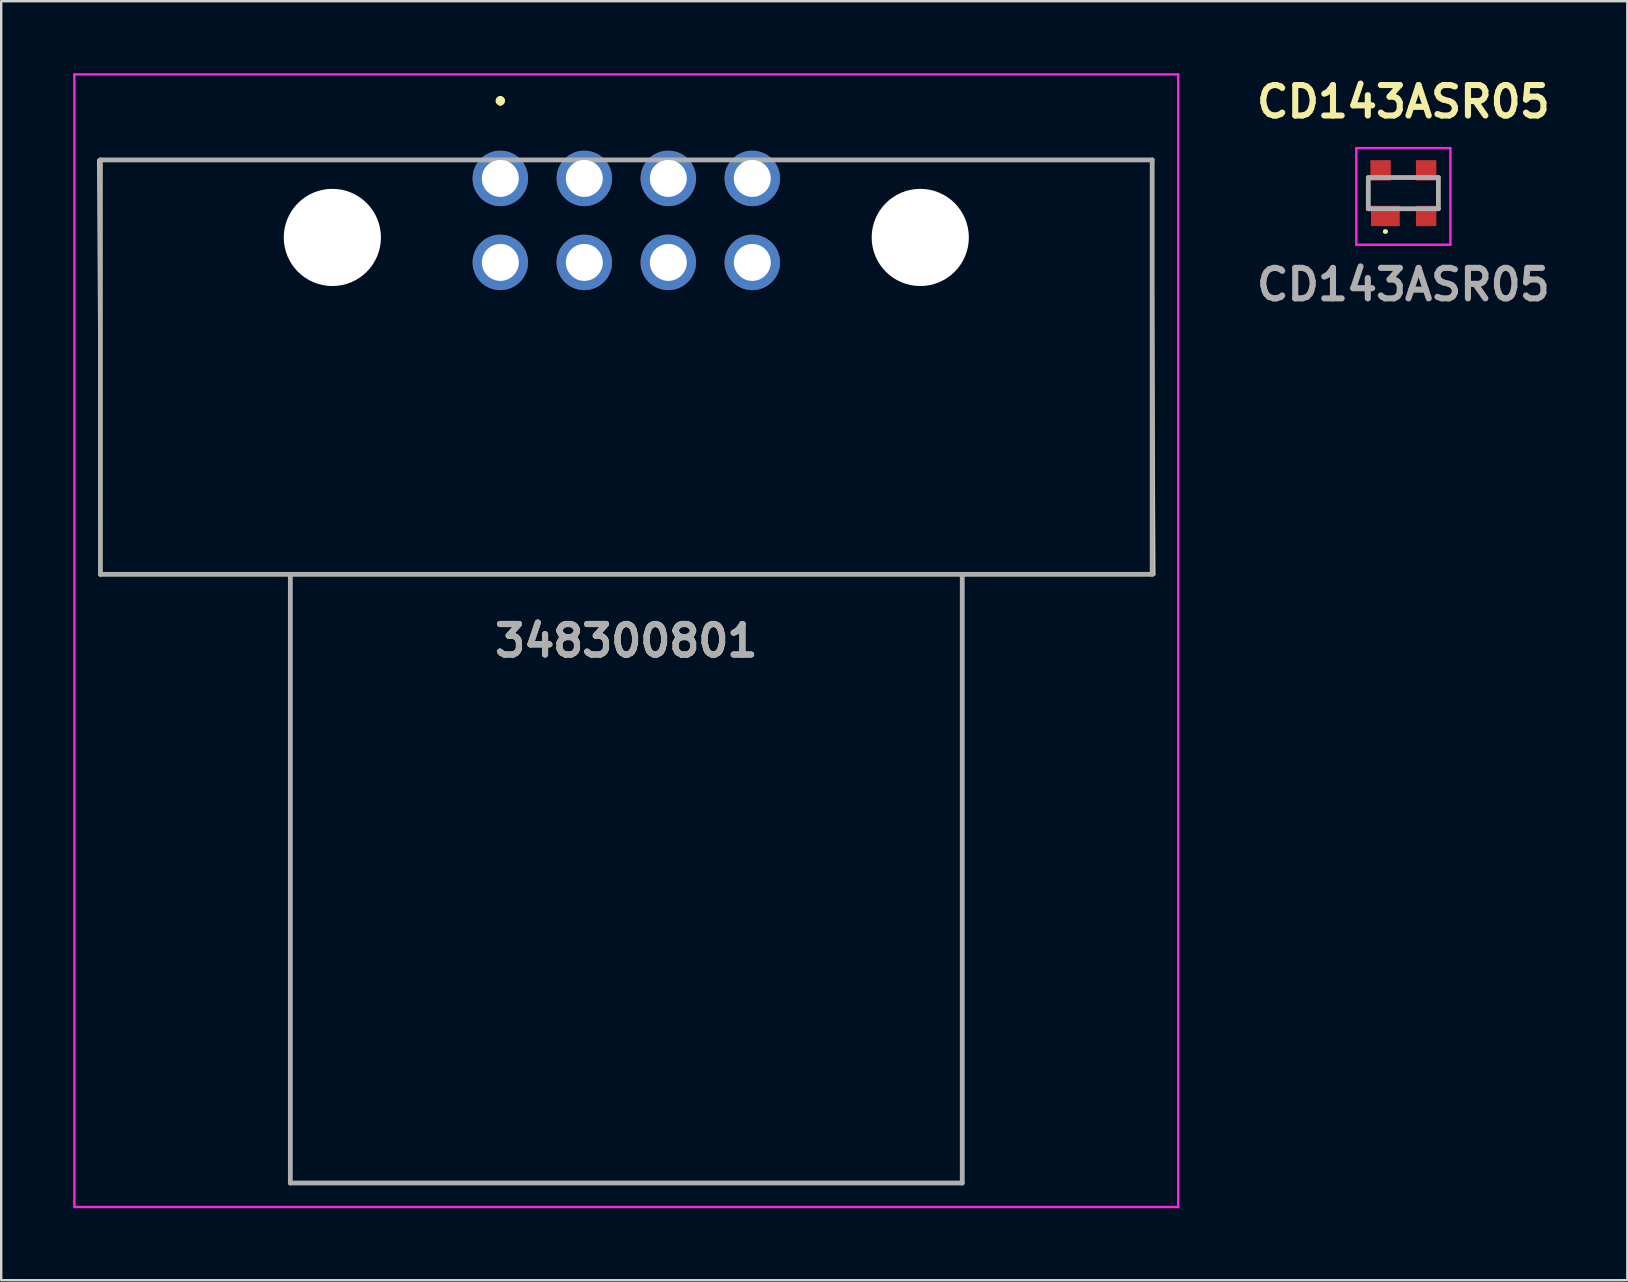
<source format=kicad_pcb>
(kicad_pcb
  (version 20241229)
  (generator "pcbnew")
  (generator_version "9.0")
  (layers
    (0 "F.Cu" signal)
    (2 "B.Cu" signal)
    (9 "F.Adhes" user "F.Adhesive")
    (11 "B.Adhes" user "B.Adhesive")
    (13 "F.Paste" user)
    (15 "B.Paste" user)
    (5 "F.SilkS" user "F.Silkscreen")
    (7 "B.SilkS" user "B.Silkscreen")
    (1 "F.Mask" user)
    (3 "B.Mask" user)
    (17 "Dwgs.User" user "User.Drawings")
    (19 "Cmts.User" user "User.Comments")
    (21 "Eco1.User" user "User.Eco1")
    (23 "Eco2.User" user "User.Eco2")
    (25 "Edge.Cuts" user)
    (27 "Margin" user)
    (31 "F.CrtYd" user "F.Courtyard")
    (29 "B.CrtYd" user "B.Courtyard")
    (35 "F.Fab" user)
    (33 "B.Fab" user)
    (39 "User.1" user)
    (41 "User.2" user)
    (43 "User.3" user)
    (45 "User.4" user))
  (footprint "348300801"
    (layer "F.Cu")
    (at 17.8 4.385)
    (property "Reference" "348300801" (at 5.25 19.265 0) (layer "F.SilkS") (effects (font (size 1.27 1.27) (thickness 0.254))))
    (attr through_hole)
    (fp_line (start -16.75 -0.77) (end -16.665 16.5) (stroke (width 0.1) (type solid)) (layer "F.SilkS"))
    (fp_line (start -16.665 16.5) (end 27.25 16.5) (stroke (width 0.1) (type solid)) (layer "F.SilkS"))
    (fp_line (start -8.75 16.5) (end -8.75 41.865) (stroke (width 0.1) (type solid)) (layer "F.SilkS"))
    (fp_line (start -8.75 41.865) (end 19.25 41.865) (stroke (width 0.1) (type solid)) (layer "F.SilkS"))
    (fp_line (start 0 -3.335) (end 0 -3.335) (stroke (width 0.2) (type solid)) (layer "F.SilkS"))
    (fp_line (start 0 -3.135) (end 0 -3.135) (stroke (width 0.2) (type solid)) (layer "F.SilkS"))
    (fp_line (start 19.25 41.865) (end 19.25 16.5) (stroke (width 0.1) (type solid)) (layer "F.SilkS"))
    (fp_line (start 27.25 16.5) (end 27.165 -0.77) (stroke (width 0.1) (type solid)) (layer "F.SilkS"))
    (fp_arc (start 0 -3.335) (mid 0.1 -3.235) (end 0 -3.135) (stroke (width 0.2) (type solid)) (layer "F.SilkS"))
    (fp_arc (start 0 -3.135) (mid -0.1 -3.235) (end 0 -3.335) (stroke (width 0.2) (type solid)) (layer "F.SilkS"))
    (fp_line (start -17.75 -4.335) (end 28.25 -4.335) (stroke (width 0.1) (type solid)) (layer "F.CrtYd"))
    (fp_line (start -17.75 42.865) (end -17.75 -4.335) (stroke (width 0.1) (type solid)) (layer "F.CrtYd"))
    (fp_line (start 28.25 -4.335) (end 28.25 42.865) (stroke (width 0.1) (type solid)) (layer "F.CrtYd"))
    (fp_line (start 28.25 42.865) (end -17.75 42.865) (stroke (width 0.1) (type solid)) (layer "F.CrtYd"))
    (fp_line (start -16.665 -0.77) (end 27.165 -0.77) (stroke (width 0.2) (type solid)) (layer "F.Fab"))
    (fp_line (start -16.665 16.5) (end -16.665 -0.77) (stroke (width 0.2) (type solid)) (layer "F.Fab"))
    (fp_line (start -8.75 16.5) (end -8.75 41.865) (stroke (width 0.2) (type solid)) (layer "F.Fab"))
    (fp_line (start -8.75 41.865) (end 19.25 41.865) (stroke (width 0.2) (type solid)) (layer "F.Fab"))
    (fp_line (start 19.25 41.865) (end 19.25 16.5) (stroke (width 0.2) (type solid)) (layer "F.Fab"))
    (fp_line (start 27.165 -0.77) (end 27.165 16.5) (stroke (width 0.2) (type solid)) (layer "F.Fab"))
    (fp_line (start 27.165 16.5) (end -16.665 16.5) (stroke (width 0.2) (type solid)) (layer "F.Fab"))
    (fp_text user "${REFERENCE}" (at 5.25 19.265 0) (layer "F.Fab") (effects (font (size 1.27 1.27) (thickness 0.254))))
    (pad "" np_thru_hole circle (at -7 2.46) (size 4.05 4.05) (drill 4.05) (layers "*.Cu" "*.Mask"))
    (pad "" np_thru_hole circle (at 17.5 2.46) (size 4.05 4.05) (drill 4.05) (layers "*.Cu" "*.Mask"))
    (pad "1" thru_hole circle (at 0 0) (size 2.31 2.31) (drill 1.54) (layers "*.Cu" "*.Mask"))
    (pad "2" thru_hole circle (at 3.5 0) (size 2.31 2.31) (drill 1.54) (layers "*.Cu" "*.Mask"))
    (pad "3" thru_hole circle (at 7 0) (size 2.31 2.31) (drill 1.54) (layers "*.Cu" "*.Mask"))
    (pad "4" thru_hole circle (at 10.5 0) (size 2.31 2.31) (drill 1.54) (layers "*.Cu" "*.Mask"))
    (pad "5" thru_hole circle (at 0 3.5) (size 2.31 2.31) (drill 1.54) (layers "*.Cu" "*.Mask"))
    (pad "6" thru_hole circle (at 3.5 3.5) (size 2.31 2.31) (drill 1.54) (layers "*.Cu" "*.Mask"))
    (pad "7" thru_hole circle (at 7 3.5) (size 2.31 2.31) (drill 1.54) (layers "*.Cu" "*.Mask"))
    (pad "8" thru_hole circle (at 10.5 3.5) (size 2.31 2.31) (drill 1.54) (layers "*.Cu" "*.Mask")))
  (footprint "CD143ASR05"
    (layer "F.Cu")
    (at 55.432 4.999)
    (property "Reference" "CD143ASR05" (at 0 -3.81 0) (layer "F.SilkS") (effects (font (size 1.27 1.27) (thickness 0.254))))
    (attr smd)
    (fp_line (start -1.46 -0.3) (end -1.46 0.3) (stroke (width 0.1) (type solid)) (layer "F.SilkS"))
    (fp_line (start -0.8 1.6) (end -0.8 1.6) (stroke (width 0.1) (type solid)) (layer "F.SilkS"))
    (fp_line (start -0.7 1.6) (end -0.7 1.6) (stroke (width 0.1) (type solid)) (layer "F.SilkS"))
    (fp_line (start -0.3 -0.65) (end 0.3 -0.65) (stroke (width 0.1) (type solid)) (layer "F.SilkS"))
    (fp_line (start 1.46 -0.3) (end 1.46 0.3) (stroke (width 0.1) (type solid)) (layer "F.SilkS"))
    (fp_arc (start -0.8 1.6) (mid -0.75 1.55) (end -0.7 1.6) (stroke (width 0.1) (type solid)) (layer "F.SilkS"))
    (fp_arc (start -0.7 1.6) (mid -0.75 1.65) (end -0.8 1.6) (stroke (width 0.1) (type solid)) (layer "F.SilkS"))
    (fp_line (start -1.96 -1.875) (end 1.96 -1.875) (stroke (width 0.1) (type solid)) (layer "F.CrtYd"))
    (fp_line (start -1.96 2.15) (end -1.96 -1.875) (stroke (width 0.1) (type solid)) (layer "F.CrtYd"))
    (fp_line (start 1.96 -1.875) (end 1.96 2.15) (stroke (width 0.1) (type solid)) (layer "F.CrtYd"))
    (fp_line (start 1.96 2.15) (end -1.96 2.15) (stroke (width 0.1) (type solid)) (layer "F.CrtYd"))
    (fp_line (start -1.46 -0.65) (end 1.46 -0.65) (stroke (width 0.2) (type solid)) (layer "F.Fab"))
    (fp_line (start -1.46 0.65) (end -1.46 -0.65) (stroke (width 0.2) (type solid)) (layer "F.Fab"))
    (fp_line (start 1.46 -0.65) (end 1.46 0.65) (stroke (width 0.2) (type solid)) (layer "F.Fab"))
    (fp_line (start 1.46 0.65) (end -1.46 0.65) (stroke (width 0.2) (type solid)) (layer "F.Fab"))
    (fp_text user "${REFERENCE}" (at 0 3.81 0) (layer "F.Fab") (effects (font (size 1.27 1.27) (thickness 0.254))))
    (pad "1" smd rect (at -0.75 0.95 90) (size 0.85 1.2) (layers "F.Cu" "F.Mask" "F.Paste"))
    (pad "2" smd rect (at 0.95 0.95 90) (size 0.85 0.85) (layers "F.Cu" "F.Mask" "F.Paste"))
    (pad "3" smd rect (at 0.95 -0.95 90) (size 0.85 0.85) (layers "F.Cu" "F.Mask" "F.Paste"))
    (pad "4" smd rect (at -0.95 -0.95 90) (size 0.85 0.85) (layers "F.Cu" "F.Mask" "F.Paste")))
  (gr_rect
    (start -3 -3)
    (end 64.764 50.3)
    (stroke (width 0.1) (type default))
    (fill no)
    (layer "Edge.Cuts")))
</source>
